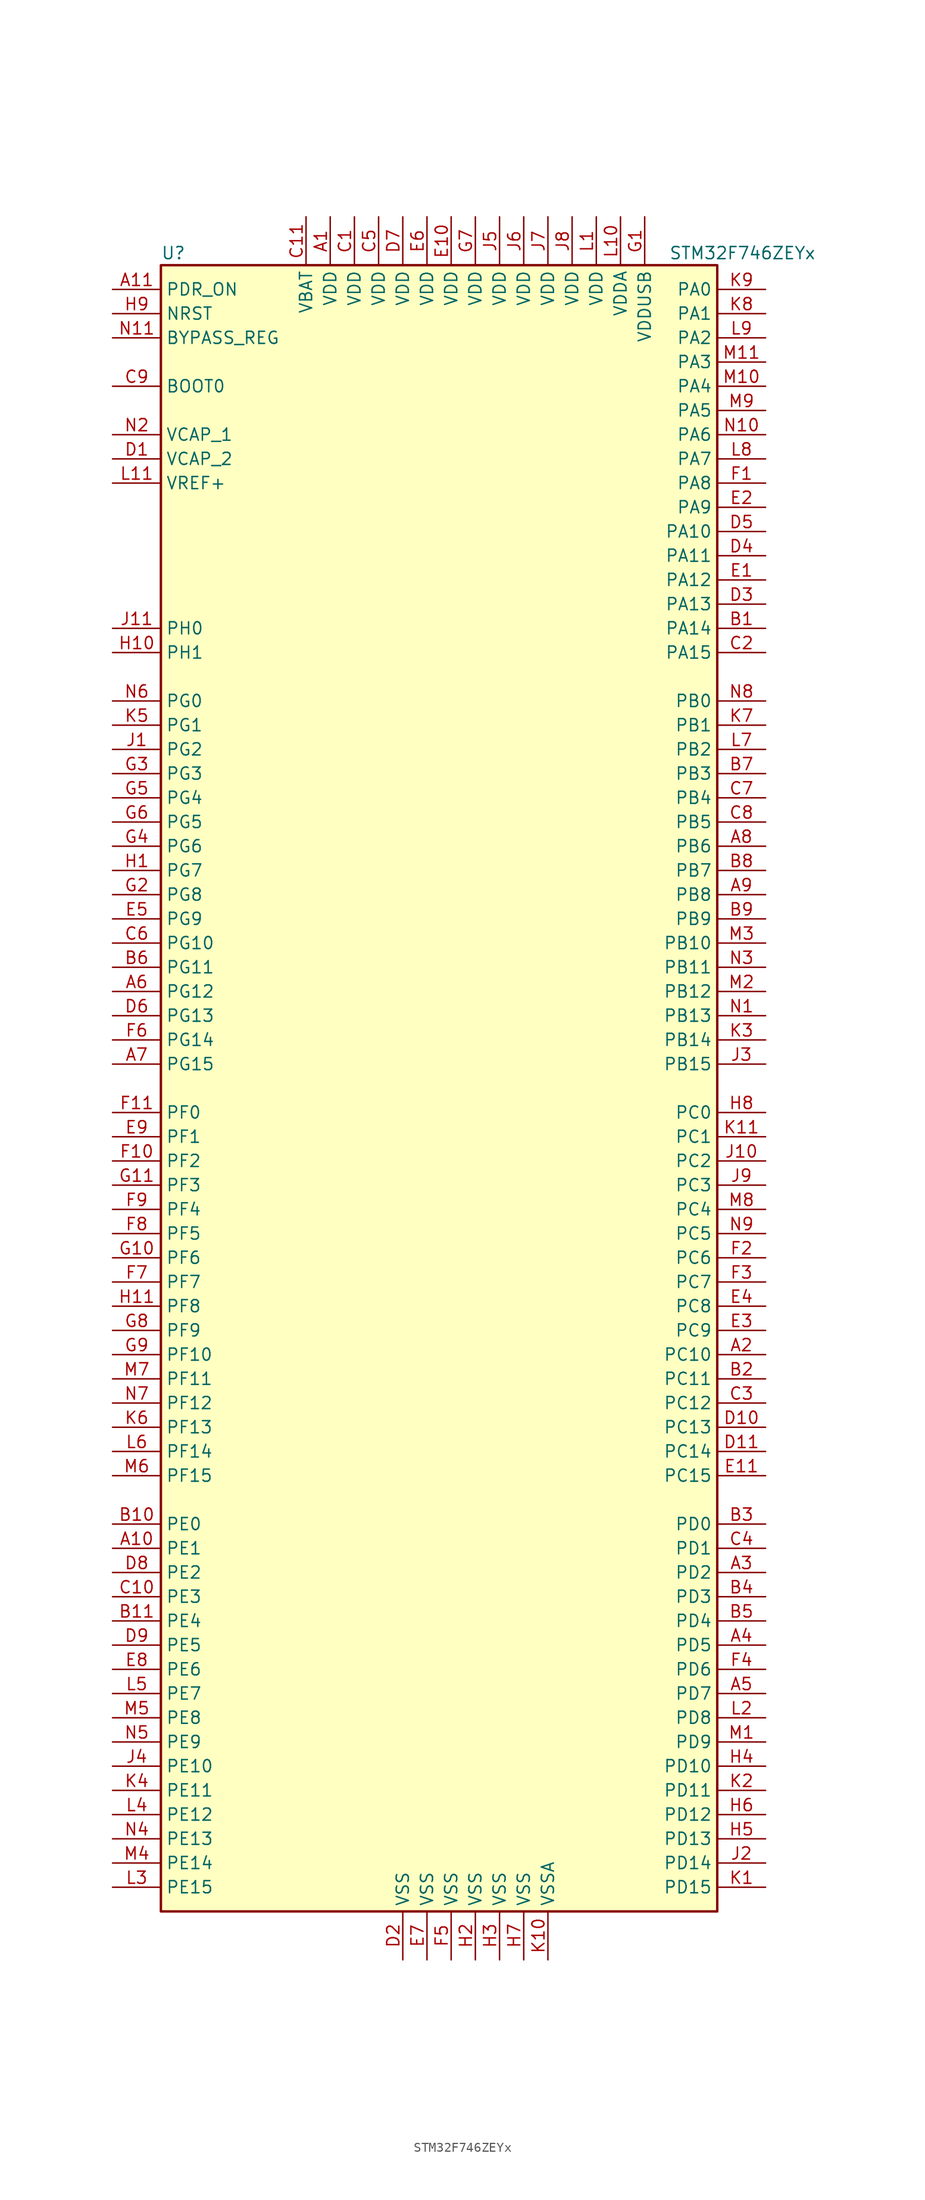
<source format=kicad_sym>
(kicad_symbol_lib
  (version 20220914)
  (generator kicad_symbol_editor)
  (symbol "STM32F746ZEYx"
    (property "Reference" "U"
      (at -30.48 87.63 0)
      (effects (font (size 1.27 1.27)) (justify left)))
    (property "Value" "STM32F746ZEYx"
      (at 22.86 87.63 0)
      (effects (font (size 1.27 1.27)) (justify left)))
    (symbol "STM32F746ZEYx_0_1"
      (rectangle (start -30.48 -86.36) (end 27.94 86.36) (stroke (width 0.254) (type default)) (fill (type background))))
    (symbol "STM32F746ZEYx_1_1"
      (pin power_in line (at -12.7 91.44 270) (length 5.08) (name "VDD" (effects (font (size 1.27 1.27)))) (number "A1" (effects (font (size 1.27 1.27)))))
      (pin bidirectional line (at -35.56 -48.26 0) (length 5.08) (name "PE1" (effects (font (size 1.27 1.27)))) (number "A10" (effects (font (size 1.27 1.27)))))
      (pin input line (at -35.56 83.82 0) (length 5.08) (name "PDR_ON" (effects (font (size 1.27 1.27)))) (number "A11" (effects (font (size 1.27 1.27)))))
      (pin bidirectional line (at 33.02 -27.94 180) (length 5.08) (name "PC10" (effects (font (size 1.27 1.27)))) (number "A2" (effects (font (size 1.27 1.27)))))
      (pin bidirectional line (at 33.02 -50.8 180) (length 5.08) (name "PD2" (effects (font (size 1.27 1.27)))) (number "A3" (effects (font (size 1.27 1.27)))))
      (pin bidirectional line (at 33.02 -58.42 180) (length 5.08) (name "PD5" (effects (font (size 1.27 1.27)))) (number "A4" (effects (font (size 1.27 1.27)))))
      (pin bidirectional line (at 33.02 -63.5 180) (length 5.08) (name "PD7" (effects (font (size 1.27 1.27)))) (number "A5" (effects (font (size 1.27 1.27)))))
      (pin bidirectional line (at -35.56 10.16 0) (length 5.08) (name "PG12" (effects (font (size 1.27 1.27)))) (number "A6" (effects (font (size 1.27 1.27)))))
      (pin bidirectional line (at -35.56 2.54 0) (length 5.08) (name "PG15" (effects (font (size 1.27 1.27)))) (number "A7" (effects (font (size 1.27 1.27)))))
      (pin bidirectional line (at 33.02 25.4 180) (length 5.08) (name "PB6" (effects (font (size 1.27 1.27)))) (number "A8" (effects (font (size 1.27 1.27)))))
      (pin bidirectional line (at 33.02 20.32 180) (length 5.08) (name "PB8" (effects (font (size 1.27 1.27)))) (number "A9" (effects (font (size 1.27 1.27)))))
      (pin bidirectional line (at 33.02 48.26 180) (length 5.08) (name "PA14" (effects (font (size 1.27 1.27)))) (number "B1" (effects (font (size 1.27 1.27)))))
      (pin bidirectional line (at -35.56 -45.72 0) (length 5.08) (name "PE0" (effects (font (size 1.27 1.27)))) (number "B10" (effects (font (size 1.27 1.27)))))
      (pin bidirectional line (at -35.56 -55.88 0) (length 5.08) (name "PE4" (effects (font (size 1.27 1.27)))) (number "B11" (effects (font (size 1.27 1.27)))))
      (pin bidirectional line (at 33.02 -30.48 180) (length 5.08) (name "PC11" (effects (font (size 1.27 1.27)))) (number "B2" (effects (font (size 1.27 1.27)))))
      (pin bidirectional line (at 33.02 -45.72 180) (length 5.08) (name "PD0" (effects (font (size 1.27 1.27)))) (number "B3" (effects (font (size 1.27 1.27)))))
      (pin bidirectional line (at 33.02 -53.34 180) (length 5.08) (name "PD3" (effects (font (size 1.27 1.27)))) (number "B4" (effects (font (size 1.27 1.27)))))
      (pin bidirectional line (at 33.02 -55.88 180) (length 5.08) (name "PD4" (effects (font (size 1.27 1.27)))) (number "B5" (effects (font (size 1.27 1.27)))))
      (pin bidirectional line (at -35.56 12.7 0) (length 5.08) (name "PG11" (effects (font (size 1.27 1.27)))) (number "B6" (effects (font (size 1.27 1.27)))))
      (pin bidirectional line (at 33.02 33.02 180) (length 5.08) (name "PB3" (effects (font (size 1.27 1.27)))) (number "B7" (effects (font (size 1.27 1.27)))))
      (pin bidirectional line (at 33.02 22.86 180) (length 5.08) (name "PB7" (effects (font (size 1.27 1.27)))) (number "B8" (effects (font (size 1.27 1.27)))))
      (pin bidirectional line (at 33.02 17.78 180) (length 5.08) (name "PB9" (effects (font (size 1.27 1.27)))) (number "B9" (effects (font (size 1.27 1.27)))))
      (pin power_in line (at -10.16 91.44 270) (length 5.08) (name "VDD" (effects (font (size 1.27 1.27)))) (number "C1" (effects (font (size 1.27 1.27)))))
      (pin bidirectional line (at -35.56 -53.34 0) (length 5.08) (name "PE3" (effects (font (size 1.27 1.27)))) (number "C10" (effects (font (size 1.27 1.27)))))
      (pin power_in line (at -15.24 91.44 270) (length 5.08) (name "VBAT" (effects (font (size 1.27 1.27)))) (number "C11" (effects (font (size 1.27 1.27)))))
      (pin bidirectional line (at 33.02 45.72 180) (length 5.08) (name "PA15" (effects (font (size 1.27 1.27)))) (number "C2" (effects (font (size 1.27 1.27)))))
      (pin bidirectional line (at 33.02 -33.02 180) (length 5.08) (name "PC12" (effects (font (size 1.27 1.27)))) (number "C3" (effects (font (size 1.27 1.27)))))
      (pin bidirectional line (at 33.02 -48.26 180) (length 5.08) (name "PD1" (effects (font (size 1.27 1.27)))) (number "C4" (effects (font (size 1.27 1.27)))))
      (pin power_in line (at -7.62 91.44 270) (length 5.08) (name "VDD" (effects (font (size 1.27 1.27)))) (number "C5" (effects (font (size 1.27 1.27)))))
      (pin bidirectional line (at -35.56 15.24 0) (length 5.08) (name "PG10" (effects (font (size 1.27 1.27)))) (number "C6" (effects (font (size 1.27 1.27)))))
      (pin bidirectional line (at 33.02 30.48 180) (length 5.08) (name "PB4" (effects (font (size 1.27 1.27)))) (number "C7" (effects (font (size 1.27 1.27)))))
      (pin bidirectional line (at 33.02 27.94 180) (length 5.08) (name "PB5" (effects (font (size 1.27 1.27)))) (number "C8" (effects (font (size 1.27 1.27)))))
      (pin input line (at -35.56 73.66 0) (length 5.08) (name "BOOT0" (effects (font (size 1.27 1.27)))) (number "C9" (effects (font (size 1.27 1.27)))))
      (pin power_in line (at -35.56 66.04 0) (length 5.08) (name "VCAP_2" (effects (font (size 1.27 1.27)))) (number "D1" (effects (font (size 1.27 1.27)))))
      (pin bidirectional line (at 33.02 -35.56 180) (length 5.08) (name "PC13" (effects (font (size 1.27 1.27)))) (number "D10" (effects (font (size 1.27 1.27)))))
      (pin bidirectional line (at 33.02 -38.1 180) (length 5.08) (name "PC14" (effects (font (size 1.27 1.27)))) (number "D11" (effects (font (size 1.27 1.27)))))
      (pin power_in line (at -5.08 -91.44 90) (length 5.08) (name "VSS" (effects (font (size 1.27 1.27)))) (number "D2" (effects (font (size 1.27 1.27)))))
      (pin bidirectional line (at 33.02 50.8 180) (length 5.08) (name "PA13" (effects (font (size 1.27 1.27)))) (number "D3" (effects (font (size 1.27 1.27)))))
      (pin bidirectional line (at 33.02 55.88 180) (length 5.08) (name "PA11" (effects (font (size 1.27 1.27)))) (number "D4" (effects (font (size 1.27 1.27)))))
      (pin bidirectional line (at 33.02 58.42 180) (length 5.08) (name "PA10" (effects (font (size 1.27 1.27)))) (number "D5" (effects (font (size 1.27 1.27)))))
      (pin bidirectional line (at -35.56 7.62 0) (length 5.08) (name "PG13" (effects (font (size 1.27 1.27)))) (number "D6" (effects (font (size 1.27 1.27)))))
      (pin power_in line (at -5.08 91.44 270) (length 5.08) (name "VDD" (effects (font (size 1.27 1.27)))) (number "D7" (effects (font (size 1.27 1.27)))))
      (pin bidirectional line (at -35.56 -50.8 0) (length 5.08) (name "PE2" (effects (font (size 1.27 1.27)))) (number "D8" (effects (font (size 1.27 1.27)))))
      (pin bidirectional line (at -35.56 -58.42 0) (length 5.08) (name "PE5" (effects (font (size 1.27 1.27)))) (number "D9" (effects (font (size 1.27 1.27)))))
      (pin bidirectional line (at 33.02 53.34 180) (length 5.08) (name "PA12" (effects (font (size 1.27 1.27)))) (number "E1" (effects (font (size 1.27 1.27)))))
      (pin power_in line (at 0 91.44 270) (length 5.08) (name "VDD" (effects (font (size 1.27 1.27)))) (number "E10" (effects (font (size 1.27 1.27)))))
      (pin bidirectional line (at 33.02 -40.64 180) (length 5.08) (name "PC15" (effects (font (size 1.27 1.27)))) (number "E11" (effects (font (size 1.27 1.27)))))
      (pin bidirectional line (at 33.02 60.96 180) (length 5.08) (name "PA9" (effects (font (size 1.27 1.27)))) (number "E2" (effects (font (size 1.27 1.27)))))
      (pin bidirectional line (at 33.02 -25.4 180) (length 5.08) (name "PC9" (effects (font (size 1.27 1.27)))) (number "E3" (effects (font (size 1.27 1.27)))))
      (pin bidirectional line (at 33.02 -22.86 180) (length 5.08) (name "PC8" (effects (font (size 1.27 1.27)))) (number "E4" (effects (font (size 1.27 1.27)))))
      (pin bidirectional line (at -35.56 17.78 0) (length 5.08) (name "PG9" (effects (font (size 1.27 1.27)))) (number "E5" (effects (font (size 1.27 1.27)))))
      (pin power_in line (at -2.54 91.44 270) (length 5.08) (name "VDD" (effects (font (size 1.27 1.27)))) (number "E6" (effects (font (size 1.27 1.27)))))
      (pin power_in line (at -2.54 -91.44 90) (length 5.08) (name "VSS" (effects (font (size 1.27 1.27)))) (number "E7" (effects (font (size 1.27 1.27)))))
      (pin bidirectional line (at -35.56 -60.96 0) (length 5.08) (name "PE6" (effects (font (size 1.27 1.27)))) (number "E8" (effects (font (size 1.27 1.27)))))
      (pin bidirectional line (at -35.56 -5.08 0) (length 5.08) (name "PF1" (effects (font (size 1.27 1.27)))) (number "E9" (effects (font (size 1.27 1.27)))))
      (pin bidirectional line (at 33.02 63.5 180) (length 5.08) (name "PA8" (effects (font (size 1.27 1.27)))) (number "F1" (effects (font (size 1.27 1.27)))))
      (pin bidirectional line (at -35.56 -7.62 0) (length 5.08) (name "PF2" (effects (font (size 1.27 1.27)))) (number "F10" (effects (font (size 1.27 1.27)))))
      (pin bidirectional line (at -35.56 -2.54 0) (length 5.08) (name "PF0" (effects (font (size 1.27 1.27)))) (number "F11" (effects (font (size 1.27 1.27)))))
      (pin bidirectional line (at 33.02 -17.78 180) (length 5.08) (name "PC6" (effects (font (size 1.27 1.27)))) (number "F2" (effects (font (size 1.27 1.27)))))
      (pin bidirectional line (at 33.02 -20.32 180) (length 5.08) (name "PC7" (effects (font (size 1.27 1.27)))) (number "F3" (effects (font (size 1.27 1.27)))))
      (pin bidirectional line (at 33.02 -60.96 180) (length 5.08) (name "PD6" (effects (font (size 1.27 1.27)))) (number "F4" (effects (font (size 1.27 1.27)))))
      (pin power_in line (at 0 -91.44 90) (length 5.08) (name "VSS" (effects (font (size 1.27 1.27)))) (number "F5" (effects (font (size 1.27 1.27)))))
      (pin bidirectional line (at -35.56 5.08 0) (length 5.08) (name "PG14" (effects (font (size 1.27 1.27)))) (number "F6" (effects (font (size 1.27 1.27)))))
      (pin bidirectional line (at -35.56 -20.32 0) (length 5.08) (name "PF7" (effects (font (size 1.27 1.27)))) (number "F7" (effects (font (size 1.27 1.27)))))
      (pin bidirectional line (at -35.56 -15.24 0) (length 5.08) (name "PF5" (effects (font (size 1.27 1.27)))) (number "F8" (effects (font (size 1.27 1.27)))))
      (pin bidirectional line (at -35.56 -12.7 0) (length 5.08) (name "PF4" (effects (font (size 1.27 1.27)))) (number "F9" (effects (font (size 1.27 1.27)))))
      (pin power_in line (at 20.32 91.44 270) (length 5.08) (name "VDDUSB" (effects (font (size 1.27 1.27)))) (number "G1" (effects (font (size 1.27 1.27)))))
      (pin bidirectional line (at -35.56 -17.78 0) (length 5.08) (name "PF6" (effects (font (size 1.27 1.27)))) (number "G10" (effects (font (size 1.27 1.27)))))
      (pin bidirectional line (at -35.56 -10.16 0) (length 5.08) (name "PF3" (effects (font (size 1.27 1.27)))) (number "G11" (effects (font (size 1.27 1.27)))))
      (pin bidirectional line (at -35.56 20.32 0) (length 5.08) (name "PG8" (effects (font (size 1.27 1.27)))) (number "G2" (effects (font (size 1.27 1.27)))))
      (pin bidirectional line (at -35.56 33.02 0) (length 5.08) (name "PG3" (effects (font (size 1.27 1.27)))) (number "G3" (effects (font (size 1.27 1.27)))))
      (pin bidirectional line (at -35.56 25.4 0) (length 5.08) (name "PG6" (effects (font (size 1.27 1.27)))) (number "G4" (effects (font (size 1.27 1.27)))))
      (pin bidirectional line (at -35.56 30.48 0) (length 5.08) (name "PG4" (effects (font (size 1.27 1.27)))) (number "G5" (effects (font (size 1.27 1.27)))))
      (pin bidirectional line (at -35.56 27.94 0) (length 5.08) (name "PG5" (effects (font (size 1.27 1.27)))) (number "G6" (effects (font (size 1.27 1.27)))))
      (pin power_in line (at 2.54 91.44 270) (length 5.08) (name "VDD" (effects (font (size 1.27 1.27)))) (number "G7" (effects (font (size 1.27 1.27)))))
      (pin bidirectional line (at -35.56 -25.4 0) (length 5.08) (name "PF9" (effects (font (size 1.27 1.27)))) (number "G8" (effects (font (size 1.27 1.27)))))
      (pin bidirectional line (at -35.56 -27.94 0) (length 5.08) (name "PF10" (effects (font (size 1.27 1.27)))) (number "G9" (effects (font (size 1.27 1.27)))))
      (pin bidirectional line (at -35.56 22.86 0) (length 5.08) (name "PG7" (effects (font (size 1.27 1.27)))) (number "H1" (effects (font (size 1.27 1.27)))))
      (pin input line (at -35.56 45.72 0) (length 5.08) (name "PH1" (effects (font (size 1.27 1.27)))) (number "H10" (effects (font (size 1.27 1.27)))))
      (pin bidirectional line (at -35.56 -22.86 0) (length 5.08) (name "PF8" (effects (font (size 1.27 1.27)))) (number "H11" (effects (font (size 1.27 1.27)))))
      (pin power_in line (at 2.54 -91.44 90) (length 5.08) (name "VSS" (effects (font (size 1.27 1.27)))) (number "H2" (effects (font (size 1.27 1.27)))))
      (pin power_in line (at 5.08 -91.44 90) (length 5.08) (name "VSS" (effects (font (size 1.27 1.27)))) (number "H3" (effects (font (size 1.27 1.27)))))
      (pin bidirectional line (at 33.02 -71.12 180) (length 5.08) (name "PD10" (effects (font (size 1.27 1.27)))) (number "H4" (effects (font (size 1.27 1.27)))))
      (pin bidirectional line (at 33.02 -78.74 180) (length 5.08) (name "PD13" (effects (font (size 1.27 1.27)))) (number "H5" (effects (font (size 1.27 1.27)))))
      (pin bidirectional line (at 33.02 -76.2 180) (length 5.08) (name "PD12" (effects (font (size 1.27 1.27)))) (number "H6" (effects (font (size 1.27 1.27)))))
      (pin power_in line (at 7.62 -91.44 90) (length 5.08) (name "VSS" (effects (font (size 1.27 1.27)))) (number "H7" (effects (font (size 1.27 1.27)))))
      (pin bidirectional line (at 33.02 -2.54 180) (length 5.08) (name "PC0" (effects (font (size 1.27 1.27)))) (number "H8" (effects (font (size 1.27 1.27)))))
      (pin input line (at -35.56 81.28 0) (length 5.08) (name "NRST" (effects (font (size 1.27 1.27)))) (number "H9" (effects (font (size 1.27 1.27)))))
      (pin bidirectional line (at -35.56 35.56 0) (length 5.08) (name "PG2" (effects (font (size 1.27 1.27)))) (number "J1" (effects (font (size 1.27 1.27)))))
      (pin bidirectional line (at 33.02 -7.62 180) (length 5.08) (name "PC2" (effects (font (size 1.27 1.27)))) (number "J10" (effects (font (size 1.27 1.27)))))
      (pin input line (at -35.56 48.26 0) (length 5.08) (name "PH0" (effects (font (size 1.27 1.27)))) (number "J11" (effects (font (size 1.27 1.27)))))
      (pin bidirectional line (at 33.02 -81.28 180) (length 5.08) (name "PD14" (effects (font (size 1.27 1.27)))) (number "J2" (effects (font (size 1.27 1.27)))))
      (pin bidirectional line (at 33.02 2.54 180) (length 5.08) (name "PB15" (effects (font (size 1.27 1.27)))) (number "J3" (effects (font (size 1.27 1.27)))))
      (pin bidirectional line (at -35.56 -71.12 0) (length 5.08) (name "PE10" (effects (font (size 1.27 1.27)))) (number "J4" (effects (font (size 1.27 1.27)))))
      (pin power_in line (at 5.08 91.44 270) (length 5.08) (name "VDD" (effects (font (size 1.27 1.27)))) (number "J5" (effects (font (size 1.27 1.27)))))
      (pin power_in line (at 7.62 91.44 270) (length 5.08) (name "VDD" (effects (font (size 1.27 1.27)))) (number "J6" (effects (font (size 1.27 1.27)))))
      (pin power_in line (at 10.16 91.44 270) (length 5.08) (name "VDD" (effects (font (size 1.27 1.27)))) (number "J7" (effects (font (size 1.27 1.27)))))
      (pin power_in line (at 12.7 91.44 270) (length 5.08) (name "VDD" (effects (font (size 1.27 1.27)))) (number "J8" (effects (font (size 1.27 1.27)))))
      (pin bidirectional line (at 33.02 -10.16 180) (length 5.08) (name "PC3" (effects (font (size 1.27 1.27)))) (number "J9" (effects (font (size 1.27 1.27)))))
      (pin bidirectional line (at 33.02 -83.82 180) (length 5.08) (name "PD15" (effects (font (size 1.27 1.27)))) (number "K1" (effects (font (size 1.27 1.27)))))
      (pin power_in line (at 10.16 -91.44 90) (length 5.08) (name "VSSA" (effects (font (size 1.27 1.27)))) (number "K10" (effects (font (size 1.27 1.27)))))
      (pin bidirectional line (at 33.02 -5.08 180) (length 5.08) (name "PC1" (effects (font (size 1.27 1.27)))) (number "K11" (effects (font (size 1.27 1.27)))))
      (pin bidirectional line (at 33.02 -73.66 180) (length 5.08) (name "PD11" (effects (font (size 1.27 1.27)))) (number "K2" (effects (font (size 1.27 1.27)))))
      (pin bidirectional line (at 33.02 5.08 180) (length 5.08) (name "PB14" (effects (font (size 1.27 1.27)))) (number "K3" (effects (font (size 1.27 1.27)))))
      (pin bidirectional line (at -35.56 -73.66 0) (length 5.08) (name "PE11" (effects (font (size 1.27 1.27)))) (number "K4" (effects (font (size 1.27 1.27)))))
      (pin bidirectional line (at -35.56 38.1 0) (length 5.08) (name "PG1" (effects (font (size 1.27 1.27)))) (number "K5" (effects (font (size 1.27 1.27)))))
      (pin bidirectional line (at -35.56 -35.56 0) (length 5.08) (name "PF13" (effects (font (size 1.27 1.27)))) (number "K6" (effects (font (size 1.27 1.27)))))
      (pin bidirectional line (at 33.02 38.1 180) (length 5.08) (name "PB1" (effects (font (size 1.27 1.27)))) (number "K7" (effects (font (size 1.27 1.27)))))
      (pin bidirectional line (at 33.02 81.28 180) (length 5.08) (name "PA1" (effects (font (size 1.27 1.27)))) (number "K8" (effects (font (size 1.27 1.27)))))
      (pin bidirectional line (at 33.02 83.82 180) (length 5.08) (name "PA0" (effects (font (size 1.27 1.27)))) (number "K9" (effects (font (size 1.27 1.27)))))
      (pin power_in line (at 15.24 91.44 270) (length 5.08) (name "VDD" (effects (font (size 1.27 1.27)))) (number "L1" (effects (font (size 1.27 1.27)))))
      (pin power_in line (at 17.78 91.44 270) (length 5.08) (name "VDDA" (effects (font (size 1.27 1.27)))) (number "L10" (effects (font (size 1.27 1.27)))))
      (pin power_in line (at -35.56 63.5 0) (length 5.08) (name "VREF+" (effects (font (size 1.27 1.27)))) (number "L11" (effects (font (size 1.27 1.27)))))
      (pin bidirectional line (at 33.02 -66.04 180) (length 5.08) (name "PD8" (effects (font (size 1.27 1.27)))) (number "L2" (effects (font (size 1.27 1.27)))))
      (pin bidirectional line (at -35.56 -83.82 0) (length 5.08) (name "PE15" (effects (font (size 1.27 1.27)))) (number "L3" (effects (font (size 1.27 1.27)))))
      (pin bidirectional line (at -35.56 -76.2 0) (length 5.08) (name "PE12" (effects (font (size 1.27 1.27)))) (number "L4" (effects (font (size 1.27 1.27)))))
      (pin bidirectional line (at -35.56 -63.5 0) (length 5.08) (name "PE7" (effects (font (size 1.27 1.27)))) (number "L5" (effects (font (size 1.27 1.27)))))
      (pin bidirectional line (at -35.56 -38.1 0) (length 5.08) (name "PF14" (effects (font (size 1.27 1.27)))) (number "L6" (effects (font (size 1.27 1.27)))))
      (pin bidirectional line (at 33.02 35.56 180) (length 5.08) (name "PB2" (effects (font (size 1.27 1.27)))) (number "L7" (effects (font (size 1.27 1.27)))))
      (pin bidirectional line (at 33.02 66.04 180) (length 5.08) (name "PA7" (effects (font (size 1.27 1.27)))) (number "L8" (effects (font (size 1.27 1.27)))))
      (pin bidirectional line (at 33.02 78.74 180) (length 5.08) (name "PA2" (effects (font (size 1.27 1.27)))) (number "L9" (effects (font (size 1.27 1.27)))))
      (pin bidirectional line (at 33.02 -68.58 180) (length 5.08) (name "PD9" (effects (font (size 1.27 1.27)))) (number "M1" (effects (font (size 1.27 1.27)))))
      (pin bidirectional line (at 33.02 73.66 180) (length 5.08) (name "PA4" (effects (font (size 1.27 1.27)))) (number "M10" (effects (font (size 1.27 1.27)))))
      (pin bidirectional line (at 33.02 76.2 180) (length 5.08) (name "PA3" (effects (font (size 1.27 1.27)))) (number "M11" (effects (font (size 1.27 1.27)))))
      (pin bidirectional line (at 33.02 10.16 180) (length 5.08) (name "PB12" (effects (font (size 1.27 1.27)))) (number "M2" (effects (font (size 1.27 1.27)))))
      (pin bidirectional line (at 33.02 15.24 180) (length 5.08) (name "PB10" (effects (font (size 1.27 1.27)))) (number "M3" (effects (font (size 1.27 1.27)))))
      (pin bidirectional line (at -35.56 -81.28 0) (length 5.08) (name "PE14" (effects (font (size 1.27 1.27)))) (number "M4" (effects (font (size 1.27 1.27)))))
      (pin bidirectional line (at -35.56 -66.04 0) (length 5.08) (name "PE8" (effects (font (size 1.27 1.27)))) (number "M5" (effects (font (size 1.27 1.27)))))
      (pin bidirectional line (at -35.56 -40.64 0) (length 5.08) (name "PF15" (effects (font (size 1.27 1.27)))) (number "M6" (effects (font (size 1.27 1.27)))))
      (pin bidirectional line (at -35.56 -30.48 0) (length 5.08) (name "PF11" (effects (font (size 1.27 1.27)))) (number "M7" (effects (font (size 1.27 1.27)))))
      (pin bidirectional line (at 33.02 -12.7 180) (length 5.08) (name "PC4" (effects (font (size 1.27 1.27)))) (number "M8" (effects (font (size 1.27 1.27)))))
      (pin bidirectional line (at 33.02 71.12 180) (length 5.08) (name "PA5" (effects (font (size 1.27 1.27)))) (number "M9" (effects (font (size 1.27 1.27)))))
      (pin bidirectional line (at 33.02 7.62 180) (length 5.08) (name "PB13" (effects (font (size 1.27 1.27)))) (number "N1" (effects (font (size 1.27 1.27)))))
      (pin bidirectional line (at 33.02 68.58 180) (length 5.08) (name "PA6" (effects (font (size 1.27 1.27)))) (number "N10" (effects (font (size 1.27 1.27)))))
      (pin input line (at -35.56 78.74 0) (length 5.08) (name "BYPASS_REG" (effects (font (size 1.27 1.27)))) (number "N11" (effects (font (size 1.27 1.27)))))
      (pin power_in line (at -35.56 68.58 0) (length 5.08) (name "VCAP_1" (effects (font (size 1.27 1.27)))) (number "N2" (effects (font (size 1.27 1.27)))))
      (pin bidirectional line (at 33.02 12.7 180) (length 5.08) (name "PB11" (effects (font (size 1.27 1.27)))) (number "N3" (effects (font (size 1.27 1.27)))))
      (pin bidirectional line (at -35.56 -78.74 0) (length 5.08) (name "PE13" (effects (font (size 1.27 1.27)))) (number "N4" (effects (font (size 1.27 1.27)))))
      (pin bidirectional line (at -35.56 -68.58 0) (length 5.08) (name "PE9" (effects (font (size 1.27 1.27)))) (number "N5" (effects (font (size 1.27 1.27)))))
      (pin bidirectional line (at -35.56 40.64 0) (length 5.08) (name "PG0" (effects (font (size 1.27 1.27)))) (number "N6" (effects (font (size 1.27 1.27)))))
      (pin bidirectional line (at -35.56 -33.02 0) (length 5.08) (name "PF12" (effects (font (size 1.27 1.27)))) (number "N7" (effects (font (size 1.27 1.27)))))
      (pin bidirectional line (at 33.02 40.64 180) (length 5.08) (name "PB0" (effects (font (size 1.27 1.27)))) (number "N8" (effects (font (size 1.27 1.27)))))
      (pin bidirectional line (at 33.02 -15.24 180) (length 5.08) (name "PC5" (effects (font (size 1.27 1.27)))) (number "N9" (effects (font (size 1.27 1.27))))))))
</source>
